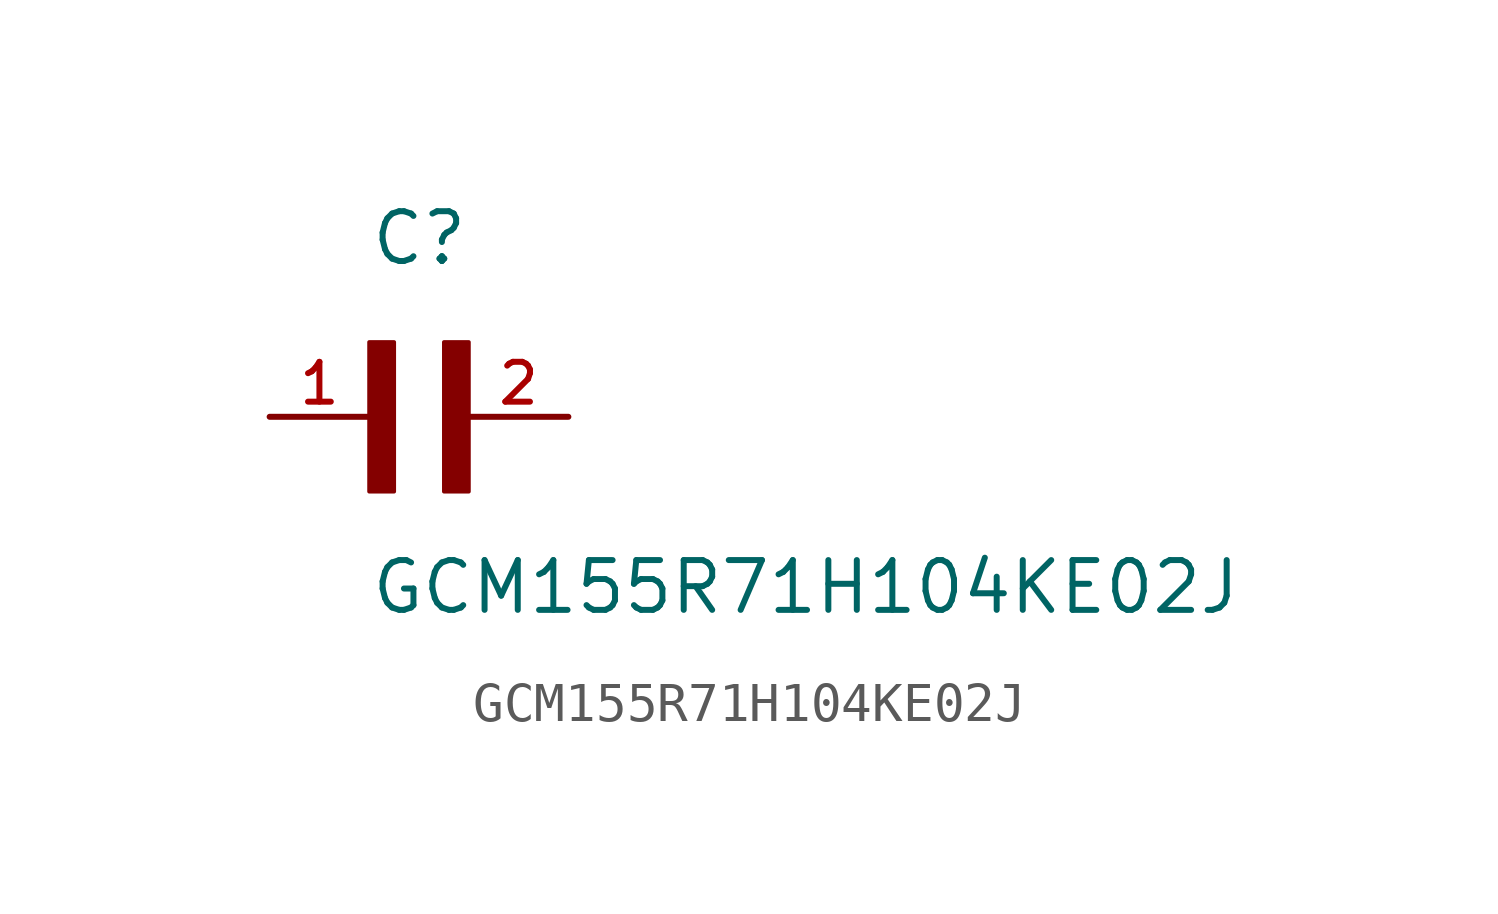
<source format=kicad_sym>
(kicad_symbol_lib
  (version 20211014)
  (generator kicad_symbol_editor)
  (symbol "GCM155R71H104KE02J"
    (pin_names
      (offset 1.016))
    (property "Reference" "C"
      (at 0.0 3.811 0)
      (effects (font (size 1.27 1.27)) (justify bottom left)))
    (property "Value" "GCM155R71H104KE02J"
      (at 0.0 -5.088 0)
      (effects (font (size 1.27 1.27)) (justify bottom left)))
    (symbol "GCM155R71H104KE02J_0_0"
      (rectangle (start 0.0 -1.907) (end 0.635 1.905) (stroke (width 0.1)) (fill (type outline)))
      (rectangle (start 1.907 -1.907) (end 2.54 1.905) (stroke (width 0.1)) (fill (type outline)))
      (pin passive line (at 5.08 0.0 180.0) (length 2.54) (name "~" (effects (font (size 1.016 1.016)))) (number "2" (effects (font (size 1.016 1.016)))))
      (pin passive line (at -2.54 0.0 0) (length 2.54) (name "~" (effects (font (size 1.016 1.016)))) (number "1" (effects (font (size 1.016 1.016))))))))
</source>
